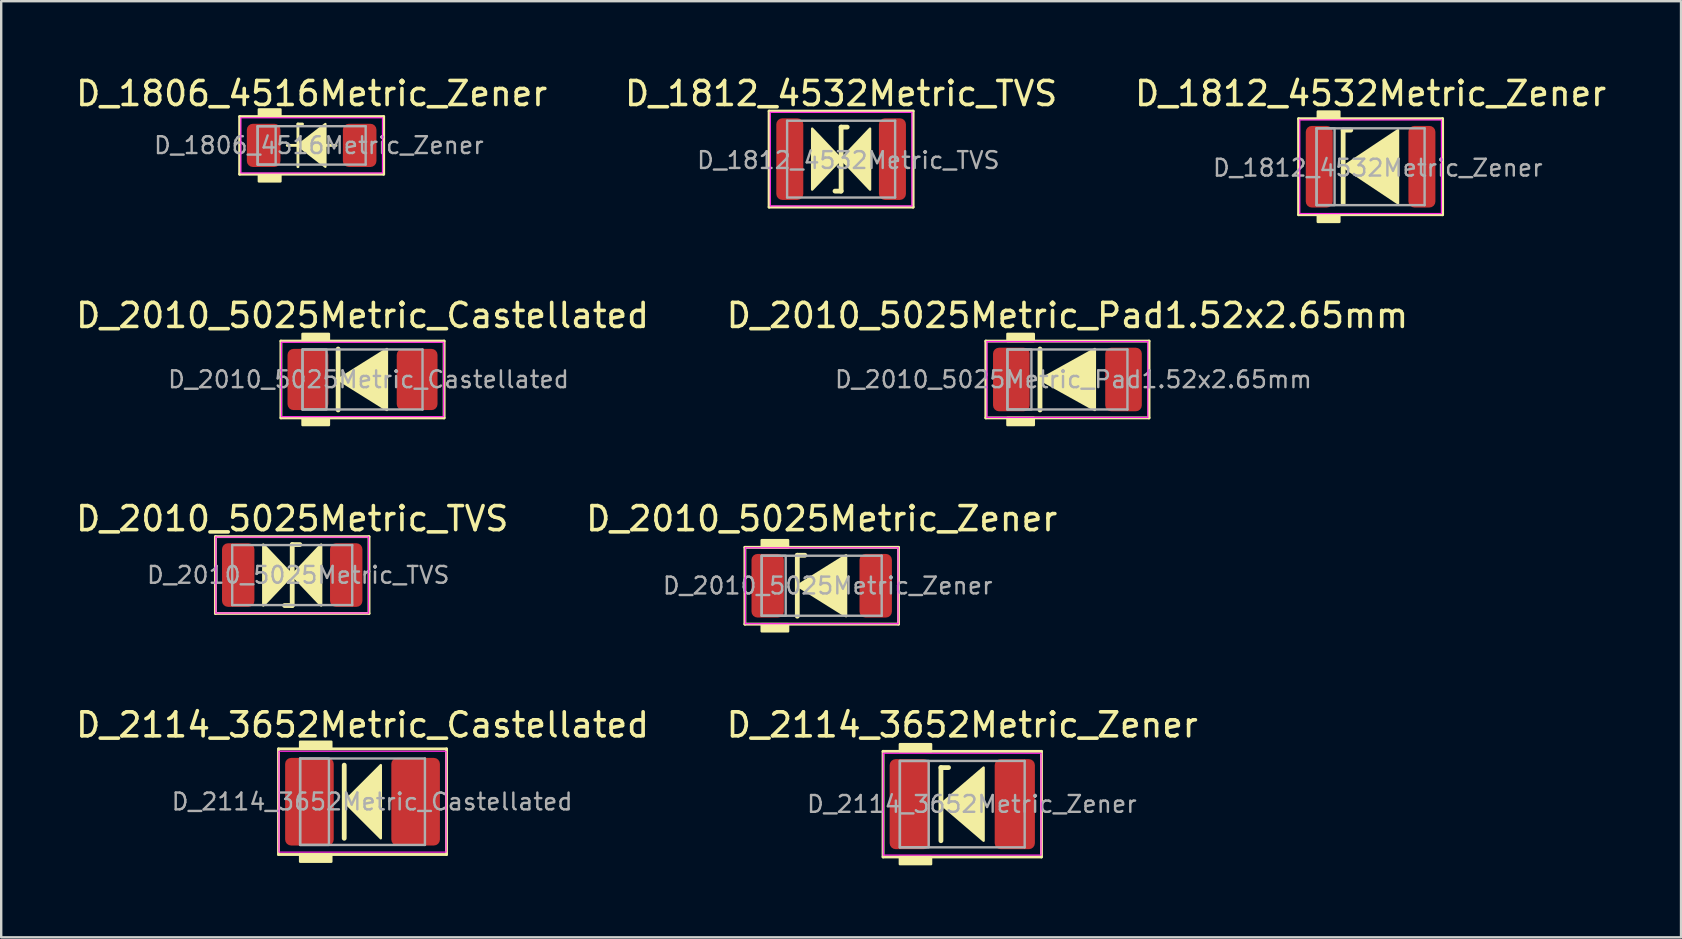
<source format=kicad_pcb>
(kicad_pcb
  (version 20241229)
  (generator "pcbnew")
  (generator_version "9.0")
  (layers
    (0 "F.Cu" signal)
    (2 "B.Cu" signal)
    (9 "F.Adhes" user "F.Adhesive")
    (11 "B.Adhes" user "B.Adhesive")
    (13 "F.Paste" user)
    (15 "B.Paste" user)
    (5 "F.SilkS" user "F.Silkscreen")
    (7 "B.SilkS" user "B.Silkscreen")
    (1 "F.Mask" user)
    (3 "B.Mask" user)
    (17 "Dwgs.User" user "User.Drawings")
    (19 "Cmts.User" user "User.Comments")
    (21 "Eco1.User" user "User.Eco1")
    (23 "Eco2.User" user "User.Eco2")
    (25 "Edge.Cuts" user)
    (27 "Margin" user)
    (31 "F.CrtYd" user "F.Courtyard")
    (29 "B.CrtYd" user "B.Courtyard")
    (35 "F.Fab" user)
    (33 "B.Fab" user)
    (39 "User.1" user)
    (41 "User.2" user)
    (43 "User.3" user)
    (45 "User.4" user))
  (footprint "D_2010_5025Metric_Castellated"
    (layer "F.Cu")
    (at 12.054 12.761)
    (property "Reference" "D_2010_5025Metric_Castellated" (at 0 -2.667 0) (layer "F.SilkS") (effects (font (size 1 1) (thickness 0.15))))
    (attr smd)
    (fp_line (start -3.4 -1.6) (end -3.4 1.6) (stroke (width 0.12) (type solid)) (layer "F.SilkS"))
    (fp_line (start -3.4 1.6) (end 3.4 1.6) (stroke (width 0.12) (type solid)) (layer "F.SilkS"))
    (fp_line (start -1.016 -1.27) (end -1.016 1.27) (stroke (width 0.2) (type solid)) (layer "F.SilkS"))
    (fp_line (start 3.4 -1.6) (end -3.4 -1.6) (stroke (width 0.12) (type solid)) (layer "F.SilkS"))
    (fp_line (start 3.4 1.6) (end 3.4 -1.6) (stroke (width 0.12) (type solid)) (layer "F.SilkS"))
    (fp_poly (pts (xy 1.016 1.27) (xy -1.016 0) (xy 1.016 -1.27)) (stroke (width 0.1) (type solid)) (fill yes) (layer "F.SilkS"))
    (fp_poly (pts (xy -1.4 -1.6) (xy -2.5 -1.6) (xy -2.5 -1.9) (xy -1.4 -1.9)) (stroke (width 0.1) (type solid)) (fill yes) (layer "F.SilkS"))
    (fp_poly (pts (xy -1.4 1.9) (xy -2.5 1.9) (xy -2.5 1.6) (xy -1.4 1.6)) (stroke (width 0.1) (type solid)) (fill yes) (layer "F.SilkS"))
    (fp_rect (start -3.38 -1.55) (end 3.38 1.55) (stroke (width 0.05) (type solid)) (fill no) (layer "F.CrtYd"))
    (fp_line (start -2.5 -1.25) (end -2.5 1.25) (stroke (width 0.1) (type solid)) (layer "F.Fab"))
    (fp_line (start -2.5 1.25) (end 2.5 1.25) (stroke (width 0.1) (type solid)) (layer "F.Fab"))
    (fp_line (start 2.5 -1.25) (end -2.5 -1.25) (stroke (width 0.1) (type solid)) (layer "F.Fab"))
    (fp_line (start 2.5 1.25) (end 2.5 -1.25) (stroke (width 0.1) (type solid)) (layer "F.Fab"))
    (fp_rect (start -2.5 -1.25) (end -1.5 1.25) (stroke (width 0.1) (type solid)) (fill no) (layer "F.Fab"))
    (fp_text user "${REFERENCE}" (at 0.25 0 0) (layer "F.Fab") (effects (font (size 0.7 0.7) (thickness 0.1))))
    (pad "1" smd roundrect (at -2.275 0) (size 1.7 2.55) (layers "F.Cu" "F.Mask" "F.Paste") (roundrect_rratio 0.147))
    (pad "2" smd roundrect (at 2.275 0) (size 1.7 2.55) (layers "F.Cu" "F.Mask" "F.Paste") (roundrect_rratio 0.147)))
  (footprint "D_2010_5025Metric_Pad1.52x2.65mm"
    (layer "F.Cu")
    (at 41.423 12.761)
    (property "Reference" "D_2010_5025Metric_Pad1.52x2.65mm" (at 0 -2.667 0) (layer "F.SilkS") (effects (font (size 1 1) (thickness 0.15))))
    (attr smd)
    (fp_line (start -3.4 -1.6) (end -3.4 1.6) (stroke (width 0.12) (type solid)) (layer "F.SilkS"))
    (fp_line (start -3.4 1.6) (end 3.4 1.6) (stroke (width 0.12) (type solid)) (layer "F.SilkS"))
    (fp_line (start -1.143 -1.27) (end -1.143 1.27) (stroke (width 0.2) (type solid)) (layer "F.SilkS"))
    (fp_line (start 3.4 -1.6) (end -3.4 -1.6) (stroke (width 0.12) (type solid)) (layer "F.SilkS"))
    (fp_line (start 3.4 1.6) (end 3.4 -1.6) (stroke (width 0.12) (type solid)) (layer "F.SilkS"))
    (fp_poly (pts (xy 1.143 1.27) (xy -1.143 0) (xy 1.143 -1.27)) (stroke (width 0.1) (type solid)) (fill yes) (layer "F.SilkS"))
    (fp_poly (pts (xy -1.4 -1.6) (xy -2.5 -1.6) (xy -2.5 -1.9) (xy -1.4 -1.9)) (stroke (width 0.1) (type solid)) (fill yes) (layer "F.SilkS"))
    (fp_poly (pts (xy -1.4 1.9) (xy -2.5 1.9) (xy -2.5 1.6) (xy -1.4 1.6)) (stroke (width 0.1) (type solid)) (fill yes) (layer "F.SilkS"))
    (fp_line (start -3.35 -1.58) (end 3.35 -1.58) (stroke (width 0.05) (type solid)) (layer "F.CrtYd"))
    (fp_line (start -3.35 1.58) (end -3.35 -1.58) (stroke (width 0.05) (type solid)) (layer "F.CrtYd"))
    (fp_line (start 3.35 -1.58) (end 3.35 1.58) (stroke (width 0.05) (type solid)) (layer "F.CrtYd"))
    (fp_line (start 3.35 1.58) (end -3.35 1.58) (stroke (width 0.05) (type solid)) (layer "F.CrtYd"))
    (fp_line (start -2.5 -1.25) (end -2.5 1.25) (stroke (width 0.1) (type solid)) (layer "F.Fab"))
    (fp_line (start -2.5 1.25) (end 2.5 1.25) (stroke (width 0.1) (type solid)) (layer "F.Fab"))
    (fp_line (start 2.5 -1.25) (end -2.5 -1.25) (stroke (width 0.1) (type solid)) (layer "F.Fab"))
    (fp_line (start 2.5 1.25) (end 2.5 -1.25) (stroke (width 0.1) (type solid)) (layer "F.Fab"))
    (fp_rect (start -2.5 -1.25) (end -1.5 1.25) (stroke (width 0.1) (type solid)) (fill no) (layer "F.Fab"))
    (fp_text user "${REFERENCE}" (at 0.25 0 0) (layer "F.Fab") (effects (font (size 0.7 0.7) (thickness 0.1))))
    (pad "1" smd roundrect (at -2.337 0) (size 1.525 2.65) (layers "F.Cu" "F.Mask" "F.Paste") (roundrect_rratio 0.164))
    (pad "2" smd roundrect (at 2.337 0) (size 1.525 2.65) (layers "F.Cu" "F.Mask" "F.Paste") (roundrect_rratio 0.164)))
  (footprint "D_1806_4516Metric_Zener"
    (layer "F.Cu")
    (at 9.935 3.007)
    (property "Reference" "D_1806_4516Metric_Zener" (at 0 -2.159 0) (layer "F.SilkS") (effects (font (size 1 1) (thickness 0.15))))
    (attr smd)
    (fp_line (start -3 -1.2) (end -3 1.2) (stroke (width 0.12) (type solid)) (layer "F.SilkS"))
    (fp_line (start -3 1.2) (end 3 1.2) (stroke (width 0.12) (type solid)) (layer "F.SilkS"))
    (fp_line (start -1.016 0) (end -0.572 0) (stroke (width 0.12) (type solid)) (layer "F.SilkS"))
    (fp_line (start -0.572 -0.889) (end -0.572 0.889) (stroke (width 0.12) (type solid)) (layer "F.SilkS"))
    (fp_line (start -0.572 -0.889) (end -0.381 -0.889) (stroke (width 0.12) (type solid)) (layer "F.SilkS"))
    (fp_line (start 0.572 0) (end 1.016 0) (stroke (width 0.12) (type solid)) (layer "F.SilkS"))
    (fp_line (start 3 -1.2) (end -3 -1.2) (stroke (width 0.12) (type solid)) (layer "F.SilkS"))
    (fp_line (start 3 1.2) (end 3 -1.2) (stroke (width 0.12) (type solid)) (layer "F.SilkS"))
    (fp_poly (pts (xy 0.572 0.889) (xy -0.572 0) (xy 0.572 -0.889)) (stroke (width 0.1) (type solid)) (fill yes) (layer "F.SilkS"))
    (fp_poly (pts (xy -1.3 -1.2) (xy -2.2 -1.2) (xy -2.2 -1.5) (xy -1.3 -1.5)) (stroke (width 0.1) (type solid)) (fill yes) (layer "F.SilkS"))
    (fp_poly (pts (xy -1.3 1.5) (xy -2.2 1.5) (xy -2.2 1.2) (xy -1.3 1.2)) (stroke (width 0.1) (type solid)) (fill yes) (layer "F.SilkS"))
    (fp_rect (start -2.95 -1.15) (end 2.95 1.15) (stroke (width 0.05) (type solid)) (fill no) (layer "F.CrtYd"))
    (fp_line (start -2.25 -0.8) (end -2.25 0.8) (stroke (width 0.1) (type solid)) (layer "F.Fab"))
    (fp_line (start -2.25 0.8) (end 2.25 0.8) (stroke (width 0.1) (type solid)) (layer "F.Fab"))
    (fp_line (start 2.25 -0.8) (end -2.25 -0.8) (stroke (width 0.1) (type solid)) (layer "F.Fab"))
    (fp_line (start 2.25 0.8) (end 2.25 -0.8) (stroke (width 0.1) (type solid)) (layer "F.Fab"))
    (fp_rect (start -2.25 -0.8) (end -1.5 0.8) (stroke (width 0.1) (type solid)) (fill no) (layer "F.Fab"))
    (fp_text user "${REFERENCE}" (at 0.3 0 0) (layer "F.Fab") (effects (font (size 0.7 0.7) (thickness 0.1))))
    (pad "1" smd roundrect (at -2 0) (size 1.4 1.8) (layers "F.Cu" "F.Mask" "F.Paste") (roundrect_rratio 0.179))
    (pad "2" smd roundrect (at 2 0) (size 1.4 1.8) (layers "F.Cu" "F.Mask" "F.Paste") (roundrect_rratio 0.179)))
  (footprint "D_1812_4532Metric_TVS"
    (layer "F.Cu")
    (at 31.994 3.579)
    (property "Reference" "D_1812_4532Metric_TVS" (at 0 -2.731 0) (layer "F.SilkS") (effects (font (size 1 1) (thickness 0.15))))
    (attr smd)
    (fp_line (start -3 -2) (end -3 2) (stroke (width 0.12) (type solid)) (layer "F.SilkS"))
    (fp_line (start -3 2) (end 3 2) (stroke (width 0.12) (type solid)) (layer "F.SilkS"))
    (fp_line (start -0.254 1.333) (end 0 1.333) (stroke (width 0.2) (type solid)) (layer "F.SilkS"))
    (fp_line (start 0 -1.333) (end 0 1.333) (stroke (width 0.2) (type solid)) (layer "F.SilkS"))
    (fp_line (start 0 -1.333) (end 0.254 -1.333) (stroke (width 0.2) (type solid)) (layer "F.SilkS"))
    (fp_line (start 3 -2) (end -3 -2) (stroke (width 0.12) (type solid)) (layer "F.SilkS"))
    (fp_line (start 3 2) (end 3 -2) (stroke (width 0.12) (type solid)) (layer "F.SilkS"))
    (fp_poly (pts (xy 0 0) (xy -1.206 1.27) (xy -1.206 -1.27)) (stroke (width 0.1) (type solid)) (fill yes) (layer "F.SilkS"))
    (fp_poly (pts (xy 0 0) (xy 1.206 -1.27) (xy 1.206 1.27)) (stroke (width 0.1) (type solid)) (fill yes) (layer "F.SilkS"))
    (fp_line (start -2.95 -1.95) (end 2.95 -1.95) (stroke (width 0.05) (type solid)) (layer "F.CrtYd"))
    (fp_line (start -2.95 1.95) (end -2.95 -1.95) (stroke (width 0.05) (type solid)) (layer "F.CrtYd"))
    (fp_line (start 2.95 -1.95) (end 2.95 1.95) (stroke (width 0.05) (type solid)) (layer "F.CrtYd"))
    (fp_line (start 2.95 1.95) (end -2.95 1.95) (stroke (width 0.05) (type solid)) (layer "F.CrtYd"))
    (fp_line (start -2.25 -1.6) (end -2.25 1.6) (stroke (width 0.1) (type solid)) (layer "F.Fab"))
    (fp_line (start -2.25 1.6) (end 2.25 1.6) (stroke (width 0.1) (type solid)) (layer "F.Fab"))
    (fp_line (start 2.25 -1.6) (end -2.25 -1.6) (stroke (width 0.1) (type solid)) (layer "F.Fab"))
    (fp_line (start 2.25 1.6) (end 2.25 -1.6) (stroke (width 0.1) (type solid)) (layer "F.Fab"))
    (fp_text user "${REFERENCE}" (at 0.3 0.05 0) (layer "F.Fab") (effects (font (size 0.7 0.7) (thickness 0.1))))
    (pad "1" smd roundrect (at -2.138 0) (size 1.125 3.4) (layers "F.Cu" "F.Mask" "F.Paste") (roundrect_rratio 0.222))
    (pad "2" smd roundrect (at 2.138 0) (size 1.125 3.4) (layers "F.Cu" "F.Mask" "F.Paste") (roundrect_rratio 0.222)))
  (footprint "D_1812_4532Metric_Zener"
    (layer "F.Cu")
    (at 54.054 3.896)
    (property "Reference" "D_1812_4532Metric_Zener" (at 0 -3.048 0) (layer "F.SilkS") (effects (font (size 1 1) (thickness 0.15))))
    (attr smd)
    (fp_line (start -3 -2) (end -3 2) (stroke (width 0.12) (type solid)) (layer "F.SilkS"))
    (fp_line (start -3 2) (end 3 2) (stroke (width 0.12) (type solid)) (layer "F.SilkS"))
    (fp_line (start -1.143 -1.524) (end -1.143 1.524) (stroke (width 0.2) (type solid)) (layer "F.SilkS"))
    (fp_line (start -1.143 -1.524) (end -0.826 -1.524) (stroke (width 0.2) (type solid)) (layer "F.SilkS"))
    (fp_line (start 3 -2) (end -3 -2) (stroke (width 0.12) (type solid)) (layer "F.SilkS"))
    (fp_line (start 3 2) (end 3 -2) (stroke (width 0.12) (type solid)) (layer "F.SilkS"))
    (fp_poly (pts (xy 1.143 1.524) (xy -1.143 0) (xy 1.143 -1.524)) (stroke (width 0.1) (type solid)) (fill yes) (layer "F.SilkS"))
    (fp_poly (pts (xy -1.3 -2) (xy -2.2 -2) (xy -2.2 -2.3) (xy -1.3 -2.3)) (stroke (width 0.1) (type solid)) (fill yes) (layer "F.SilkS"))
    (fp_poly (pts (xy -1.3 2.3) (xy -2.2 2.3) (xy -2.2 2) (xy -1.3 2)) (stroke (width 0.1) (type solid)) (fill yes) (layer "F.SilkS"))
    (fp_line (start -2.95 -1.95) (end 2.95 -1.95) (stroke (width 0.05) (type solid)) (layer "F.CrtYd"))
    (fp_line (start -2.95 1.95) (end -2.95 -1.95) (stroke (width 0.05) (type solid)) (layer "F.CrtYd"))
    (fp_line (start 2.95 -1.95) (end 2.95 1.95) (stroke (width 0.05) (type solid)) (layer "F.CrtYd"))
    (fp_line (start 2.95 1.95) (end -2.95 1.95) (stroke (width 0.05) (type solid)) (layer "F.CrtYd"))
    (fp_line (start -2.25 -1.6) (end -2.25 1.6) (stroke (width 0.1) (type solid)) (layer "F.Fab"))
    (fp_line (start -2.25 1.6) (end 2.25 1.6) (stroke (width 0.1) (type solid)) (layer "F.Fab"))
    (fp_line (start 2.25 -1.6) (end -2.25 -1.6) (stroke (width 0.1) (type solid)) (layer "F.Fab"))
    (fp_line (start 2.25 1.6) (end 2.25 -1.6) (stroke (width 0.1) (type solid)) (layer "F.Fab"))
    (fp_rect (start -2.25 -1.6) (end -1.5 1.6) (stroke (width 0.1) (type solid)) (fill no) (layer "F.Fab"))
    (fp_text user "${REFERENCE}" (at 0.3 0.05 0) (layer "F.Fab") (effects (font (size 0.7 0.7) (thickness 0.1))))
    (pad "1" smd roundrect (at -2.138 0) (size 1.125 3.4) (layers "F.Cu" "F.Mask" "F.Paste") (roundrect_rratio 0.222))
    (pad "2" smd roundrect (at 2.138 0) (size 1.125 3.4) (layers "F.Cu" "F.Mask" "F.Paste") (roundrect_rratio 0.222)))
  (footprint "D_2114_3652Metric_Zener"
    (layer "F.Cu")
    (at 37.042 30.454)
    (property "Reference" "D_2114_3652Metric_Zener" (at 0 -3.302 0) (layer "F.SilkS") (effects (font (size 1 1) (thickness 0.15))))
    (attr smd)
    (fp_line (start -3.3 -2.2) (end -3.3 2.2) (stroke (width 0.12) (type solid)) (layer "F.SilkS"))
    (fp_line (start -3.3 2.2) (end 3.3 2.2) (stroke (width 0.12) (type solid)) (layer "F.SilkS"))
    (fp_line (start -0.889 -1.524) (end -0.889 1.524) (stroke (width 0.2) (type solid)) (layer "F.SilkS"))
    (fp_line (start -0.889 -1.524) (end -0.572 -1.524) (stroke (width 0.2) (type solid)) (layer "F.SilkS"))
    (fp_line (start 3.3 -2.2) (end -3.3 -2.2) (stroke (width 0.12) (type solid)) (layer "F.SilkS"))
    (fp_line (start 3.3 2.2) (end 3.3 -2.2) (stroke (width 0.12) (type solid)) (layer "F.SilkS"))
    (fp_poly (pts (xy 0.889 1.524) (xy -0.889 0) (xy 0.889 -1.524)) (stroke (width 0.1) (type solid)) (fill yes) (layer "F.SilkS"))
    (fp_poly (pts (xy -1.3 -2.2) (xy -2.6 -2.2) (xy -2.6 -2.5) (xy -1.3 -2.5)) (stroke (width 0.1) (type solid)) (fill yes) (layer "F.SilkS"))
    (fp_poly (pts (xy -1.3 2.5) (xy -2.6 2.5) (xy -2.6 2.2) (xy -1.3 2.2)) (stroke (width 0.1) (type solid)) (fill yes) (layer "F.SilkS"))
    (fp_line (start -3.29 -2.12) (end 3.27 -2.12) (stroke (width 0.05) (type solid)) (layer "F.CrtYd"))
    (fp_line (start -3.29 2.12) (end -3.29 -2.12) (stroke (width 0.05) (type solid)) (layer "F.CrtYd"))
    (fp_line (start 3.27 2.12) (end -3.29 2.12) (stroke (width 0.05) (type solid)) (layer "F.CrtYd"))
    (fp_line (start 3.28 -2.12) (end 3.28 2.12) (stroke (width 0.05) (type solid)) (layer "F.CrtYd"))
    (fp_line (start -2.6 -1.8) (end -2.6 1.8) (stroke (width 0.1) (type solid)) (layer "F.Fab"))
    (fp_line (start -2.6 1.8) (end 2.6 1.8) (stroke (width 0.1) (type solid)) (layer "F.Fab"))
    (fp_line (start 2.6 -1.8) (end -2.6 -1.8) (stroke (width 0.1) (type solid)) (layer "F.Fab"))
    (fp_line (start 2.6 1.8) (end 2.6 -1.8) (stroke (width 0.1) (type solid)) (layer "F.Fab"))
    (fp_rect (start -2.6 -1.8) (end -1.4 1.8) (stroke (width 0.1) (type solid)) (fill no) (layer "F.Fab"))
    (fp_text user "${REFERENCE}" (at 0.4 0 0) (layer "F.Fab") (effects (font (size 0.7 0.7) (thickness 0.1))))
    (pad "1" smd roundrect (at -2.188 0) (size 1.675 3.75) (layers "F.Cu" "F.Mask" "F.Paste") (roundrect_rratio 0.149))
    (pad "2" smd roundrect (at 2.188 0) (size 1.675 3.75) (layers "F.Cu" "F.Mask" "F.Paste") (roundrect_rratio 0.149)))
  (footprint "D_2010_5025Metric_Zener"
    (layer "F.Cu")
    (at 31.185 21.354)
    (property "Reference" "D_2010_5025Metric_Zener" (at 0 -2.794 0) (layer "F.SilkS") (effects (font (size 1 1) (thickness 0.15))))
    (attr smd)
    (fp_line (start -3.2 -1.6) (end -3.2 1.6) (stroke (width 0.12) (type solid)) (layer "F.SilkS"))
    (fp_line (start -3.2 1.6) (end 3.2 1.6) (stroke (width 0.12) (type solid)) (layer "F.SilkS"))
    (fp_line (start -1.016 -1.27) (end -1.016 1.27) (stroke (width 0.2) (type solid)) (layer "F.SilkS"))
    (fp_line (start -1.016 -1.27) (end -0.699 -1.27) (stroke (width 0.2) (type solid)) (layer "F.SilkS"))
    (fp_line (start 3.2 -1.6) (end -3.2 -1.6) (stroke (width 0.12) (type solid)) (layer "F.SilkS"))
    (fp_line (start 3.2 1.6) (end 3.2 -1.6) (stroke (width 0.12) (type solid)) (layer "F.SilkS"))
    (fp_poly (pts (xy 1.016 1.27) (xy -1.016 0) (xy 1.016 -1.27)) (stroke (width 0.1) (type solid)) (fill yes) (layer "F.SilkS"))
    (fp_poly (pts (xy -1.4 -1.6) (xy -2.5 -1.6) (xy -2.5 -1.9) (xy -1.4 -1.9)) (stroke (width 0.1) (type solid)) (fill yes) (layer "F.SilkS"))
    (fp_poly (pts (xy -1.4 1.9) (xy -2.5 1.9) (xy -2.5 1.6) (xy -1.4 1.6)) (stroke (width 0.1) (type solid)) (fill yes) (layer "F.SilkS"))
    (fp_line (start -3.18 -1.58) (end 3.18 -1.58) (stroke (width 0.05) (type solid)) (layer "F.CrtYd"))
    (fp_line (start -3.18 1.58) (end -3.18 -1.58) (stroke (width 0.05) (type solid)) (layer "F.CrtYd"))
    (fp_line (start 3.18 -1.58) (end 3.18 1.58) (stroke (width 0.05) (type solid)) (layer "F.CrtYd"))
    (fp_line (start 3.18 1.58) (end -3.18 1.58) (stroke (width 0.05) (type solid)) (layer "F.CrtYd"))
    (fp_line (start -2.5 -1.25) (end -2.5 1.25) (stroke (width 0.1) (type solid)) (layer "F.Fab"))
    (fp_line (start -2.5 1.25) (end 2.5 1.25) (stroke (width 0.1) (type solid)) (layer "F.Fab"))
    (fp_line (start 2.5 -1.25) (end -2.5 -1.25) (stroke (width 0.1) (type solid)) (layer "F.Fab"))
    (fp_line (start 2.5 1.25) (end 2.5 -1.25) (stroke (width 0.1) (type solid)) (layer "F.Fab"))
    (fp_rect (start -2.5 -1.25) (end -1.5 1.25) (stroke (width 0.1) (type solid)) (fill no) (layer "F.Fab"))
    (fp_text user "${REFERENCE}" (at 0.25 0 0) (layer "F.Fab") (effects (font (size 0.7 0.7) (thickness 0.1))))
    (pad "1" smd roundrect (at -2.25 0) (size 1.35 2.65) (layers "F.Cu" "F.Mask" "F.Paste") (roundrect_rratio 0.185))
    (pad "2" smd roundrect (at 2.25 0) (size 1.35 2.65) (layers "F.Cu" "F.Mask" "F.Paste") (roundrect_rratio 0.185)))
  (footprint "D_2010_5025Metric_TVS"
    (layer "F.Cu")
    (at 9.125 20.909)
    (property "Reference" "D_2010_5025Metric_TVS" (at 0 -2.349 0) (layer "F.SilkS") (effects (font (size 1 1) (thickness 0.15))))
    (attr smd)
    (fp_line (start -3.2 -1.6) (end -3.2 1.6) (stroke (width 0.12) (type solid)) (layer "F.SilkS"))
    (fp_line (start -3.2 1.6) (end 3.2 1.6) (stroke (width 0.12) (type solid)) (layer "F.SilkS"))
    (fp_line (start -0.318 1.27) (end 0 1.27) (stroke (width 0.2) (type solid)) (layer "F.SilkS"))
    (fp_line (start 0 -1.27) (end 0 1.27) (stroke (width 0.2) (type solid)) (layer "F.SilkS"))
    (fp_line (start 0 -1.27) (end 0.318 -1.27) (stroke (width 0.2) (type solid)) (layer "F.SilkS"))
    (fp_line (start 3.2 -1.6) (end -3.2 -1.6) (stroke (width 0.12) (type solid)) (layer "F.SilkS"))
    (fp_line (start 3.2 1.6) (end 3.2 -1.6) (stroke (width 0.12) (type solid)) (layer "F.SilkS"))
    (fp_poly (pts (xy 0 0) (xy -1.206 1.27) (xy -1.206 -1.27)) (stroke (width 0.1) (type solid)) (fill yes) (layer "F.SilkS"))
    (fp_poly (pts (xy 0 0) (xy 1.206 -1.27) (xy 1.206 1.27)) (stroke (width 0.1) (type solid)) (fill yes) (layer "F.SilkS"))
    (fp_line (start -3.18 -1.58) (end 3.18 -1.58) (stroke (width 0.05) (type solid)) (layer "F.CrtYd"))
    (fp_line (start -3.18 1.58) (end -3.18 -1.58) (stroke (width 0.05) (type solid)) (layer "F.CrtYd"))
    (fp_line (start 3.18 -1.58) (end 3.18 1.58) (stroke (width 0.05) (type solid)) (layer "F.CrtYd"))
    (fp_line (start 3.18 1.58) (end -3.18 1.58) (stroke (width 0.05) (type solid)) (layer "F.CrtYd"))
    (fp_line (start -2.5 -1.25) (end -2.5 1.25) (stroke (width 0.1) (type solid)) (layer "F.Fab"))
    (fp_line (start -2.5 1.25) (end 2.5 1.25) (stroke (width 0.1) (type solid)) (layer "F.Fab"))
    (fp_line (start 2.5 -1.25) (end -2.5 -1.25) (stroke (width 0.1) (type solid)) (layer "F.Fab"))
    (fp_line (start 2.5 1.25) (end 2.5 -1.25) (stroke (width 0.1) (type solid)) (layer "F.Fab"))
    (fp_text user "${REFERENCE}" (at 0.25 0 0) (layer "F.Fab") (effects (font (size 0.7 0.7) (thickness 0.1))))
    (pad "1" smd roundrect (at -2.25 0) (size 1.35 2.65) (layers "F.Cu" "F.Mask" "F.Paste") (roundrect_rratio 0.185))
    (pad "2" smd roundrect (at 2.25 0) (size 1.35 2.65) (layers "F.Cu" "F.Mask" "F.Paste") (roundrect_rratio 0.185)))
  (footprint "D_2114_3652Metric_Castellated"
    (layer "F.Cu")
    (at 12.054 30.352)
    (property "Reference" "D_2114_3652Metric_Castellated" (at 0 -3.2 0) (layer "F.SilkS") (effects (font (size 1 1) (thickness 0.15))))
    (attr smd)
    (fp_line (start -3.5 -2.2) (end -3.5 2.2) (stroke (width 0.12) (type solid)) (layer "F.SilkS"))
    (fp_line (start -3.5 2.2) (end 3.5 2.2) (stroke (width 0.12) (type solid)) (layer "F.SilkS"))
    (fp_line (start -0.762 -1.524) (end -0.762 1.524) (stroke (width 0.2) (type solid)) (layer "F.SilkS"))
    (fp_line (start 3.5 -2.2) (end -3.5 -2.2) (stroke (width 0.12) (type solid)) (layer "F.SilkS"))
    (fp_line (start 3.5 2.2) (end 3.5 -2.2) (stroke (width 0.12) (type solid)) (layer "F.SilkS"))
    (fp_poly (pts (xy 0.762 1.524) (xy -0.762 0) (xy 0.762 -1.524)) (stroke (width 0.1) (type solid)) (fill yes) (layer "F.SilkS"))
    (fp_poly (pts (xy -1.3 -2.2) (xy -2.6 -2.2) (xy -2.6 -2.5) (xy -1.3 -2.5)) (stroke (width 0.1) (type solid)) (fill yes) (layer "F.SilkS"))
    (fp_poly (pts (xy -1.3 2.5) (xy -2.6 2.5) (xy -2.6 2.2) (xy -1.3 2.2)) (stroke (width 0.1) (type solid)) (fill yes) (layer "F.SilkS"))
    (fp_rect (start -3.48 -2.1) (end 3.48 2.1) (stroke (width 0.05) (type solid)) (fill no) (layer "F.CrtYd"))
    (fp_line (start -2.6 -1.8) (end -2.6 1.8) (stroke (width 0.1) (type solid)) (layer "F.Fab"))
    (fp_line (start -2.6 1.8) (end 2.6 1.8) (stroke (width 0.1) (type solid)) (layer "F.Fab"))
    (fp_line (start 2.6 -1.8) (end -2.6 -1.8) (stroke (width 0.1) (type solid)) (layer "F.Fab"))
    (fp_line (start 2.6 1.8) (end 2.6 -1.8) (stroke (width 0.1) (type solid)) (layer "F.Fab"))
    (fp_rect (start -2.6 -1.8) (end -1.4 1.8) (stroke (width 0.1) (type solid)) (fill no) (layer "F.Fab"))
    (fp_text user "${REFERENCE}" (at 0.4 0 0) (layer "F.Fab") (effects (font (size 0.7 0.7) (thickness 0.1))))
    (pad "1" smd roundrect (at -2.212 0) (size 2.025 3.65) (layers "F.Cu" "F.Mask" "F.Paste") (roundrect_rratio 0.123))
    (pad "2" smd roundrect (at 2.212 0) (size 2.025 3.65) (layers "F.Cu" "F.Mask" "F.Paste") (roundrect_rratio 0.123)))
  (gr_rect
    (start -3 -3)
    (end 66.988 36.004)
    (stroke (width 0.1) (type default))
    (fill no)
    (layer "Edge.Cuts")))
</source>
